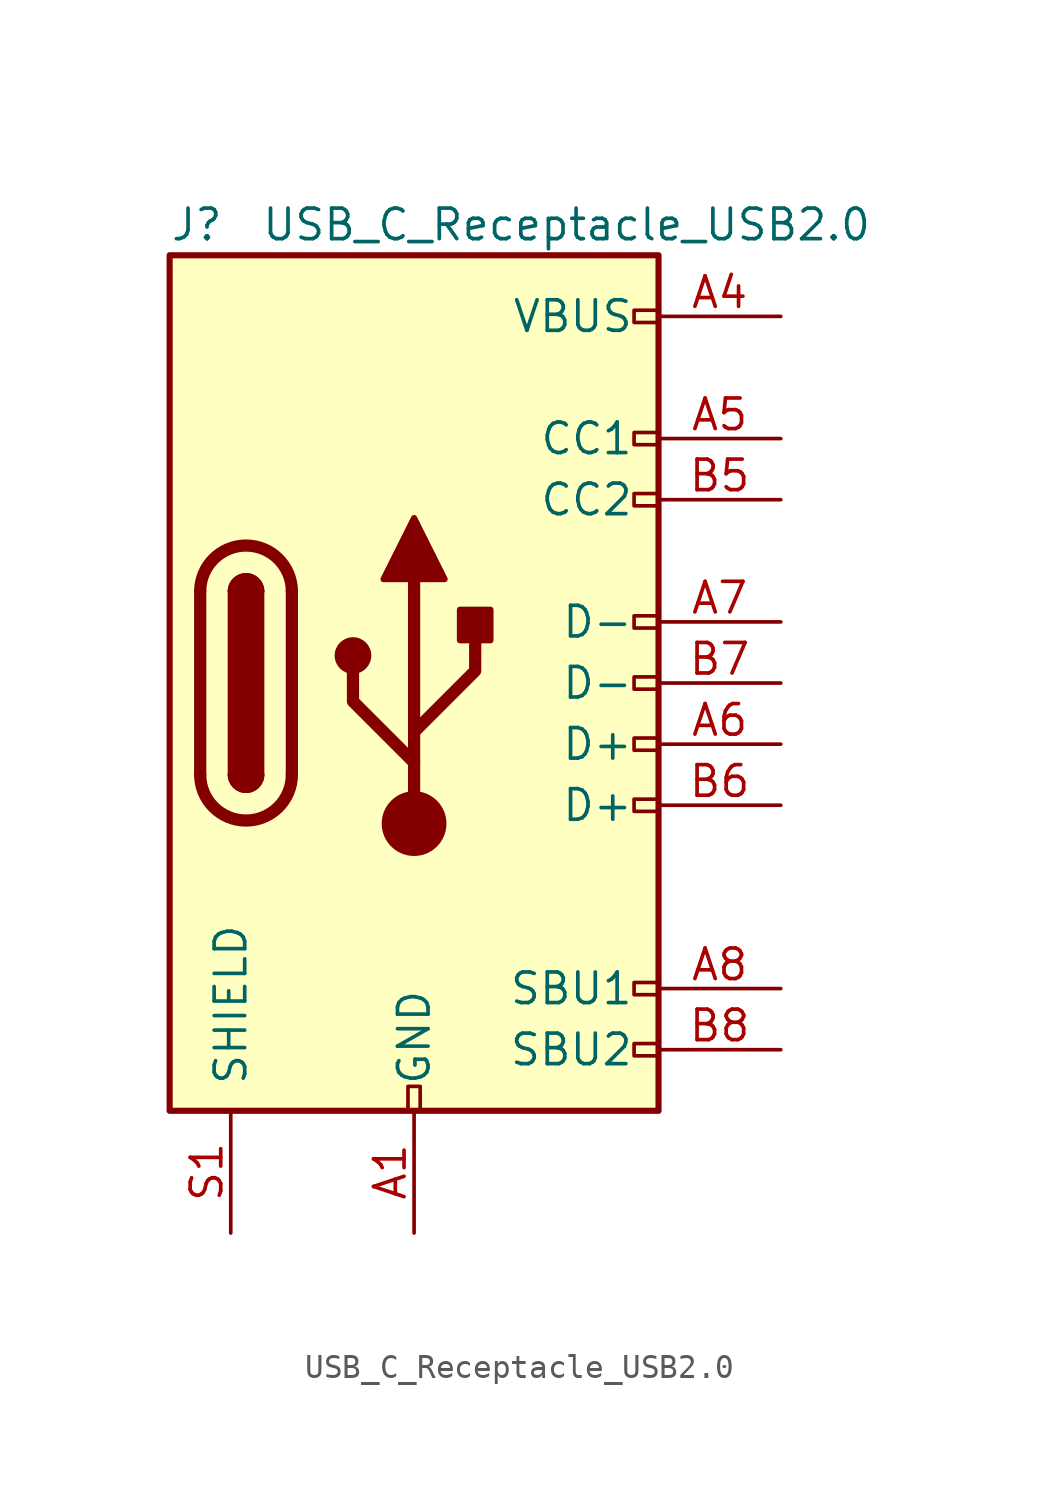
<source format=kicad_sym>
(kicad_symbol_lib
  (version 20241209)
  (generator "kicad_symbol_editor")
  (generator_version "9.0")
  (symbol "USB_C_Receptacle_USB2.0"
    (pin_names
      (offset 1.016))
    (property "Reference" "J"
      (at -10.16 19.05 0)
      (effects (font (size 1.27 1.27)) (justify left)))
    (property "Value" "USB_C_Receptacle_USB2.0"
      (at 19.05 19.05 0)
      (effects (font (size 1.27 1.27)) (justify right)))
    (symbol "USB_C_Receptacle_USB2.0_0_0"
      (rectangle (start -0.254 -17.78) (end 0.254 -16.764) (stroke (width 0) (type default)) (fill (type none)))
      (rectangle (start 10.16 15.494) (end 9.144 14.986) (stroke (width 0) (type default)) (fill (type none)))
      (rectangle (start 10.16 10.414) (end 9.144 9.906) (stroke (width 0) (type default)) (fill (type none)))
      (rectangle (start 10.16 7.874) (end 9.144 7.366) (stroke (width 0) (type default)) (fill (type none)))
      (rectangle (start 10.16 2.794) (end 9.144 2.286) (stroke (width 0) (type default)) (fill (type none)))
      (rectangle (start 10.16 0.254) (end 9.144 -0.254) (stroke (width 0) (type default)) (fill (type none)))
      (rectangle (start 10.16 -2.286) (end 9.144 -2.794) (stroke (width 0) (type default)) (fill (type none)))
      (rectangle (start 10.16 -4.826) (end 9.144 -5.334) (stroke (width 0) (type default)) (fill (type none)))
      (rectangle (start 10.16 -12.446) (end 9.144 -12.954) (stroke (width 0) (type default)) (fill (type none)))
      (rectangle (start 10.16 -14.986) (end 9.144 -15.494) (stroke (width 0) (type default)) (fill (type none))))
    (symbol "USB_C_Receptacle_USB2.0_0_1"
      (rectangle (start -10.16 17.78) (end 10.16 -17.78) (stroke (width 0.254) (type default)) (fill (type background)))
      (polyline (pts (xy -8.89 -3.81) (xy -8.89 3.81)) (stroke (width 0.508) (type default)) (fill (type none)))
      (rectangle (start -7.62 3.81) (end -6.35 -3.81) (stroke (width 0.254) (type default)) (fill (type outline)))
      (arc (start -7.62 3.81) (mid -6.985 4.4423) (end -6.35 3.81) (stroke (width 0.254) (type default)) (fill (type none)))
      (arc (start -7.62 3.81) (mid -6.985 4.4423) (end -6.35 3.81) (stroke (width 0.254) (type default)) (fill (type outline)))
      (arc (start -8.89 3.81) (mid -6.985 5.7067) (end -5.08 3.81) (stroke (width 0.508) (type default)) (fill (type none)))
      (arc (start -5.08 -3.81) (mid -6.985 -5.7067) (end -8.89 -3.81) (stroke (width 0.508) (type default)) (fill (type none)))
      (arc (start -6.35 -3.81) (mid -6.985 -4.4423) (end -7.62 -3.81) (stroke (width 0.254) (type default)) (fill (type none)))
      (arc (start -6.35 -3.81) (mid -6.985 -4.4423) (end -7.62 -3.81) (stroke (width 0.254) (type default)) (fill (type outline)))
      (polyline (pts (xy -5.08 3.81) (xy -5.08 -3.81)) (stroke (width 0.508) (type default)) (fill (type none)))
      (circle (center -2.54 1.143) (radius 0.635) (stroke (width 0.254) (type default)) (fill (type outline)))
      (polyline (pts (xy -1.27 4.318) (xy 0 6.858) (xy 1.27 4.318) (xy -1.27 4.318)) (stroke (width 0.254) (type default)) (fill (type outline)))
      (polyline (pts (xy 0 -2.032) (xy 2.54 0.508) (xy 2.54 1.778)) (stroke (width 0.508) (type default)) (fill (type none)))
      (polyline (pts (xy 0 -3.302) (xy -2.54 -0.762) (xy -2.54 0.508)) (stroke (width 0.508) (type default)) (fill (type none)))
      (polyline (pts (xy 0 -5.842) (xy 0 4.318)) (stroke (width 0.508) (type default)) (fill (type none)))
      (circle (center 0 -5.842) (radius 1.27) (stroke (width 0) (type default)) (fill (type outline)))
      (rectangle (start 1.905 1.778) (end 3.175 3.048) (stroke (width 0.254) (type default)) (fill (type outline))))
    (symbol "USB_C_Receptacle_USB2.0_1_1"
      (pin passive line (at -7.62 -22.86 90) (length 5.08) (name "SHIELD" (effects (font (size 1.27 1.27)))) (number "S1" (effects (font (size 1.27 1.27)))))
      (pin passive line (at 0 -22.86 90) (length 5.08) (name "GND" (effects (font (size 1.27 1.27)))) (number "A1" (effects (font (size 1.27 1.27)))))
      (pin passive line (at 0 -22.86 90) (length 5.08) (hide yes) (name "GND" (effects (font (size 1.27 1.27)))) (number "A12" (effects (font (size 1.27 1.27)))))
      (pin passive line (at 0 -22.86 90) (length 5.08) (hide yes) (name "GND" (effects (font (size 1.27 1.27)))) (number "B1" (effects (font (size 1.27 1.27)))))
      (pin passive line (at 0 -22.86 90) (length 5.08) (hide yes) (name "GND" (effects (font (size 1.27 1.27)))) (number "B12" (effects (font (size 1.27 1.27)))))
      (pin passive line (at 15.24 15.24 180) (length 5.08) (name "VBUS" (effects (font (size 1.27 1.27)))) (number "A4" (effects (font (size 1.27 1.27)))))
      (pin passive line (at 15.24 15.24 180) (length 5.08) (hide yes) (name "VBUS" (effects (font (size 1.27 1.27)))) (number "A9" (effects (font (size 1.27 1.27)))))
      (pin passive line (at 15.24 15.24 180) (length 5.08) (hide yes) (name "VBUS" (effects (font (size 1.27 1.27)))) (number "B4" (effects (font (size 1.27 1.27)))))
      (pin passive line (at 15.24 15.24 180) (length 5.08) (hide yes) (name "VBUS" (effects (font (size 1.27 1.27)))) (number "B9" (effects (font (size 1.27 1.27)))))
      (pin bidirectional line (at 15.24 10.16 180) (length 5.08) (name "CC1" (effects (font (size 1.27 1.27)))) (number "A5" (effects (font (size 1.27 1.27)))))
      (pin bidirectional line (at 15.24 7.62 180) (length 5.08) (name "CC2" (effects (font (size 1.27 1.27)))) (number "B5" (effects (font (size 1.27 1.27)))))
      (pin bidirectional line (at 15.24 2.54 180) (length 5.08) (name "D-" (effects (font (size 1.27 1.27)))) (number "A7" (effects (font (size 1.27 1.27)))))
      (pin bidirectional line (at 15.24 0 180) (length 5.08) (name "D-" (effects (font (size 1.27 1.27)))) (number "B7" (effects (font (size 1.27 1.27)))))
      (pin bidirectional line (at 15.24 -2.54 180) (length 5.08) (name "D+" (effects (font (size 1.27 1.27)))) (number "A6" (effects (font (size 1.27 1.27)))))
      (pin bidirectional line (at 15.24 -5.08 180) (length 5.08) (name "D+" (effects (font (size 1.27 1.27)))) (number "B6" (effects (font (size 1.27 1.27)))))
      (pin bidirectional line (at 15.24 -12.7 180) (length 5.08) (name "SBU1" (effects (font (size 1.27 1.27)))) (number "A8" (effects (font (size 1.27 1.27)))))
      (pin bidirectional line (at 15.24 -15.24 180) (length 5.08) (name "SBU2" (effects (font (size 1.27 1.27)))) (number "B8" (effects (font (size 1.27 1.27))))))))
</source>
